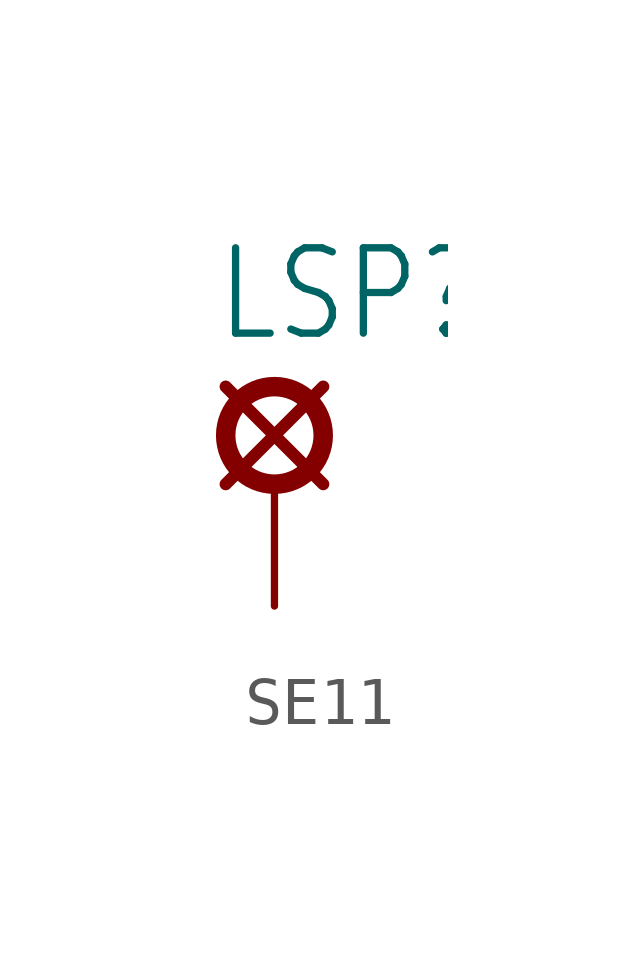
<source format=kicad_sym>
(kicad_symbol_lib
  (version 20211014)
  (generator kicad_symbol_editor)
  (symbol "SE11"
    (property "Reference" "LSP"
      (at -1.27 2.921 0)
      (effects (font (size 1.778 1.511)) (justify left bottom)))
    (property "ki_locked" ""
      (at 0 0 0)
      (effects (font (size 1.27 1.27))))
    (symbol "SE11_1_0"
      (polyline (pts (xy -1.016 0) (xy 1.016 2.032)) (stroke (width 0.254) (type default) (color 0 0 0 0)) (fill (type none)))
      (polyline (pts (xy -1.016 2.032) (xy 1.016 0)) (stroke (width 0.254) (type default) (color 0 0 0 0)) (fill (type none)))
      (circle (center 0 1.016) (radius 1.016) (stroke (width 0.406)) (stroke (width 0.406) (type default) (color 0 0 0 0)) (fill (type none)))
      (pin passive line (at 0 -2.54 90) (length 2.54) (name "MP" (effects (font (size 0 0)))) (number "MP" (effects (font (size 0 0))))))))
</source>
